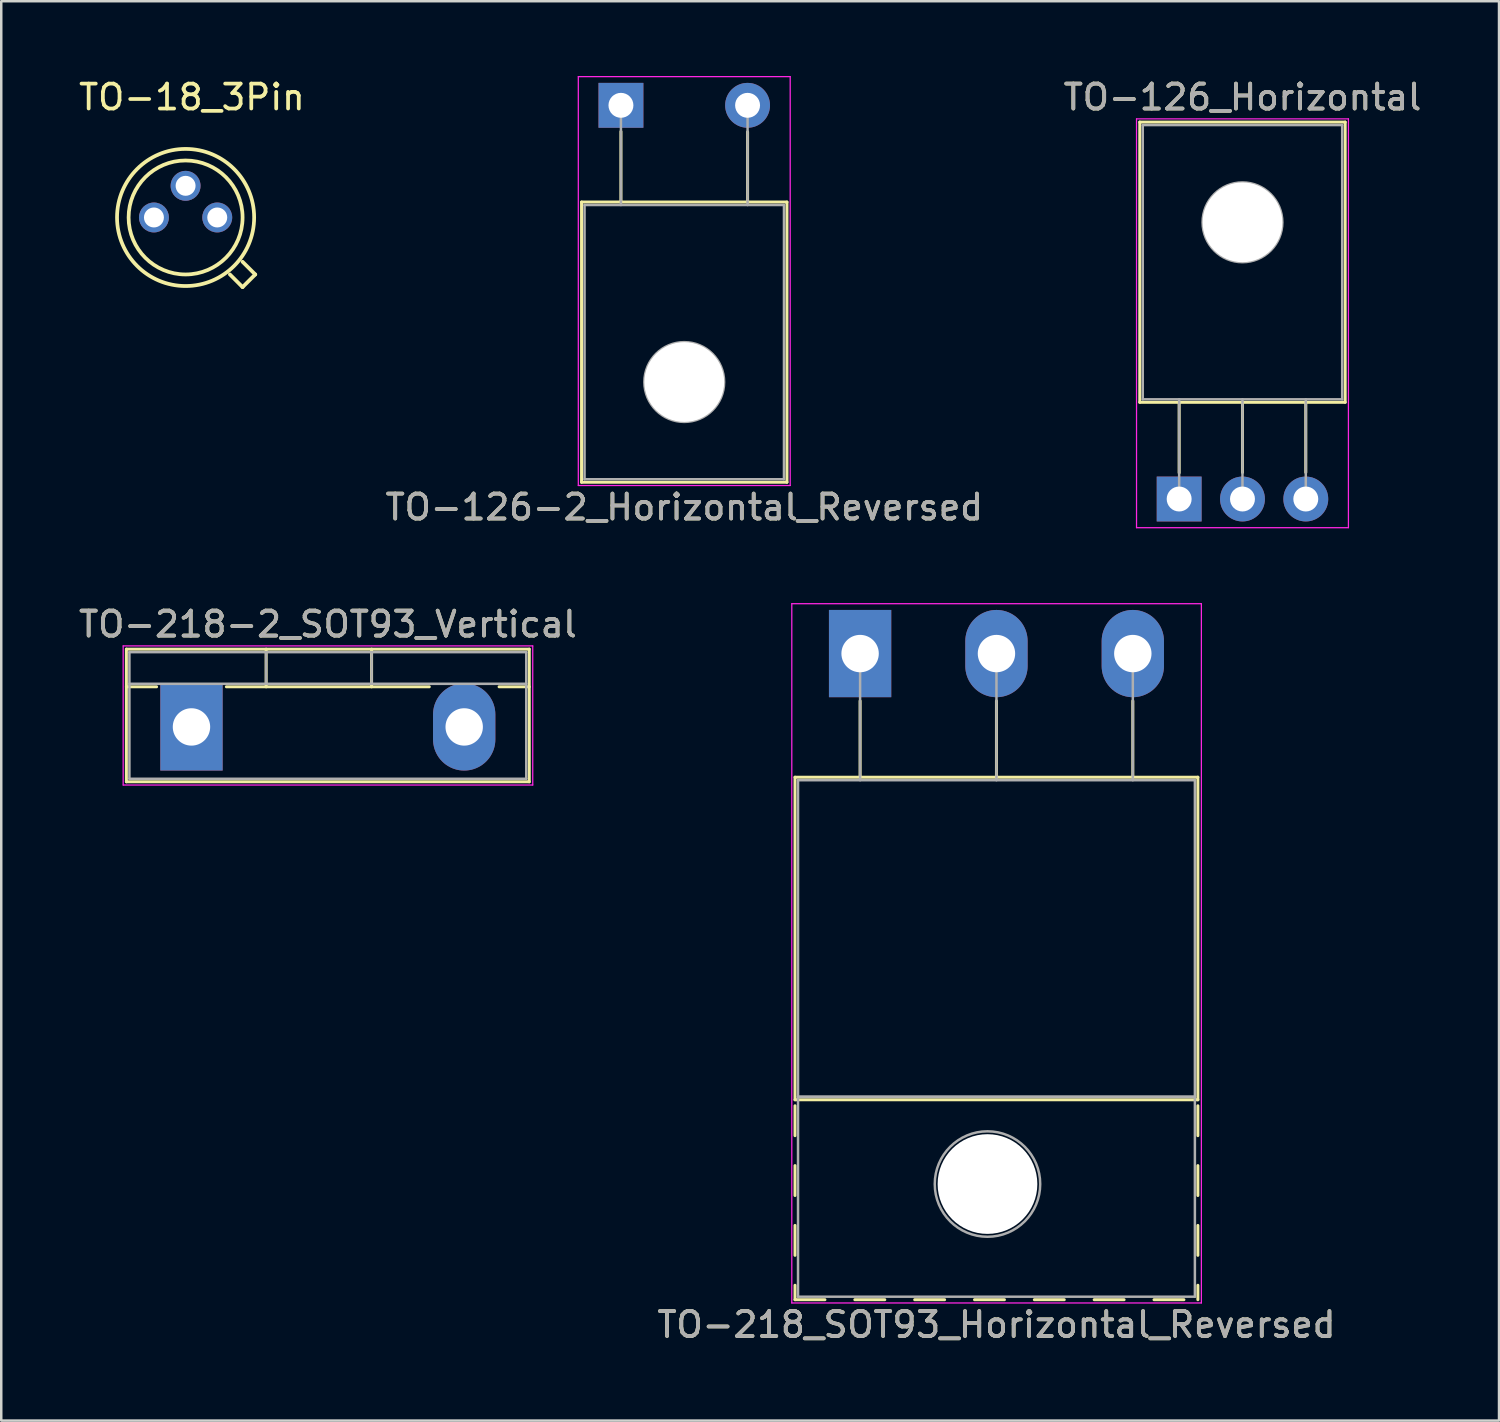
<source format=kicad_pcb>
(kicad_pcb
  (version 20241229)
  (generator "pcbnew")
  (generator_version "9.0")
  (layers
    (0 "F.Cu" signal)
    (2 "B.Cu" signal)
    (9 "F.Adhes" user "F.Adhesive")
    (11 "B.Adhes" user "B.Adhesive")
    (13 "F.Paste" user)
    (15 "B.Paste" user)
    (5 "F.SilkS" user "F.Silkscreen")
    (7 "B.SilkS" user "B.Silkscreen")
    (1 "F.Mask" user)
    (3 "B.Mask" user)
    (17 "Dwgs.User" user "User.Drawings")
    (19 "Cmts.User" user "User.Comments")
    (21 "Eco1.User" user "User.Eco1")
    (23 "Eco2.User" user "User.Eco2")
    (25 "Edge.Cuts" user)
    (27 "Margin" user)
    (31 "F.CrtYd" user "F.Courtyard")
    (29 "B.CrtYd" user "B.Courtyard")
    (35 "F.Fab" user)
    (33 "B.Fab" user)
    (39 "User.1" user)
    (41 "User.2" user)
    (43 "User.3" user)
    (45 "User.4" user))
  (footprint "TO-126-2_Horizontal_Reversed"
    (layer "F.Cu")
    (at 21.859 1.175)
    (property "Reference" "TO-126-2_Horizontal_Reversed" (at 2.54 16.12 0) (layer "F.SilkS") (effects (font (size 1 1) (thickness 0.15))))
    (attr through_hole)
    (fp_line (start -1.58 3.88) (end -1.58 15.12) (stroke (width 0.12) (type solid)) (layer "F.SilkS"))
    (fp_line (start -1.58 3.88) (end 6.66 3.88) (stroke (width 0.12) (type solid)) (layer "F.SilkS"))
    (fp_line (start -1.58 15.12) (end 6.66 15.12) (stroke (width 0.12) (type solid)) (layer "F.SilkS"))
    (fp_line (start 0 1.05) (end 0 3.88) (stroke (width 0.12) (type solid)) (layer "F.SilkS"))
    (fp_line (start 5.08 1.066) (end 5.08 3.88) (stroke (width 0.12) (type solid)) (layer "F.SilkS"))
    (fp_line (start 6.66 3.88) (end 6.66 15.12) (stroke (width 0.12) (type solid)) (layer "F.SilkS"))
    (fp_line (start -1.71 -1.15) (end -1.71 15.25) (stroke (width 0.05) (type solid)) (layer "F.CrtYd"))
    (fp_line (start -1.71 15.25) (end 6.79 15.25) (stroke (width 0.05) (type solid)) (layer "F.CrtYd"))
    (fp_line (start 6.79 -1.15) (end -1.71 -1.15) (stroke (width 0.05) (type solid)) (layer "F.CrtYd"))
    (fp_line (start 6.79 15.25) (end 6.79 -1.15) (stroke (width 0.05) (type solid)) (layer "F.CrtYd"))
    (fp_line (start -1.46 4) (end -1.46 15) (stroke (width 0.1) (type solid)) (layer "F.Fab"))
    (fp_line (start -1.46 15) (end 6.54 15) (stroke (width 0.1) (type solid)) (layer "F.Fab"))
    (fp_line (start 0 4) (end 0 0) (stroke (width 0.1) (type solid)) (layer "F.Fab"))
    (fp_line (start 5.08 4) (end 5.08 0) (stroke (width 0.1) (type solid)) (layer "F.Fab"))
    (fp_line (start 6.54 4) (end -1.46 4) (stroke (width 0.1) (type solid)) (layer "F.Fab"))
    (fp_line (start 6.54 15) (end 6.54 4) (stroke (width 0.1) (type solid)) (layer "F.Fab"))
    (fp_circle (center 2.54 11.1) (end 4.14 11.1) (stroke (width 0.1) (type solid)) (fill no) (layer "F.Fab"))
    (fp_text user "${REFERENCE}" (at 2.54 16.12 0) (layer "F.Fab") (effects (font (size 1 1) (thickness 0.15))))
    (pad "" np_thru_hole oval (at 2.54 11.1) (size 3.2 3.2) (drill 3.2) (layers "*.Cu" "*.Mask"))
    (pad "1" thru_hole rect (at 0 0) (size 1.8 1.8) (drill 1) (layers "*.Cu" "*.Mask"))
    (pad "2" thru_hole oval (at 5.08 0) (size 1.8 1.8) (drill 1) (layers "*.Cu" "*.Mask")))
  (footprint "TO-218-2_SOT93_Vertical"
    (layer "F.Cu")
    (at 4.631 26.111)
    (property "Reference" "TO-218-2_SOT93_Vertical" (at 5.47 -4.12 0) (layer "F.SilkS") (effects (font (size 1 1) (thickness 0.15))))
    (attr through_hole)
    (fp_line (start -2.611 -3.12) (end -2.611 2.2) (stroke (width 0.12) (type solid)) (layer "F.SilkS"))
    (fp_line (start -2.611 -3.12) (end 13.55 -3.12) (stroke (width 0.12) (type solid)) (layer "F.SilkS"))
    (fp_line (start -2.611 -1.61) (end -1.4 -1.61) (stroke (width 0.12) (type solid)) (layer "F.SilkS"))
    (fp_line (start -2.611 2.2) (end 13.55 2.2) (stroke (width 0.12) (type solid)) (layer "F.SilkS"))
    (fp_line (start 1.4 -1.61) (end 9.54 -1.61) (stroke (width 0.12) (type solid)) (layer "F.SilkS"))
    (fp_line (start 2.995 -3.12) (end 2.995 -1.61) (stroke (width 0.12) (type solid)) (layer "F.SilkS"))
    (fp_line (start 7.225 -3.12) (end 7.225 -1.61) (stroke (width 0.12) (type solid)) (layer "F.SilkS"))
    (fp_line (start 12.34 -1.61) (end 13.55 -1.61) (stroke (width 0.12) (type solid)) (layer "F.SilkS"))
    (fp_line (start 13.55 -3.12) (end 13.55 2.2) (stroke (width 0.12) (type solid)) (layer "F.SilkS"))
    (fp_line (start -2.74 -3.25) (end -2.74 2.33) (stroke (width 0.05) (type solid)) (layer "F.CrtYd"))
    (fp_line (start -2.74 2.33) (end 13.69 2.33) (stroke (width 0.05) (type solid)) (layer "F.CrtYd"))
    (fp_line (start 13.69 -3.25) (end -2.74 -3.25) (stroke (width 0.05) (type solid)) (layer "F.CrtYd"))
    (fp_line (start 13.69 2.33) (end 13.69 -3.25) (stroke (width 0.05) (type solid)) (layer "F.CrtYd"))
    (fp_line (start -2.49 -3) (end -2.49 2.08) (stroke (width 0.1) (type solid)) (layer "F.Fab"))
    (fp_line (start -2.49 -1.73) (end 13.43 -1.73) (stroke (width 0.1) (type solid)) (layer "F.Fab"))
    (fp_line (start -2.49 2.08) (end 13.43 2.08) (stroke (width 0.1) (type solid)) (layer "F.Fab"))
    (fp_line (start 2.995 -3) (end 2.995 -1.73) (stroke (width 0.1) (type solid)) (layer "F.Fab"))
    (fp_line (start 7.225 -3) (end 7.225 -1.73) (stroke (width 0.1) (type solid)) (layer "F.Fab"))
    (fp_line (start 13.43 -3) (end -2.49 -3) (stroke (width 0.1) (type solid)) (layer "F.Fab"))
    (fp_line (start 13.43 2.08) (end 13.43 -3) (stroke (width 0.1) (type solid)) (layer "F.Fab"))
    (fp_text user "${REFERENCE}" (at 5.47 -4.12 0) (layer "F.Fab") (effects (font (size 1 1) (thickness 0.15))))
    (pad "1" thru_hole rect (at 0 0) (size 2.5 3.5) (drill 1.5) (layers "*.Cu" "*.Mask"))
    (pad "2" thru_hole oval (at 10.94 0) (size 2.5 3.5) (drill 1.5) (layers "*.Cu" "*.Mask")))
  (footprint "TO-126_Horizontal"
    (layer "F.Cu")
    (at 44.252 16.968)
    (property "Reference" "TO-126_Horizontal" (at 2.54 -16.12 0) (layer "F.SilkS") (effects (font (size 1 1) (thickness 0.15))))
    (attr through_hole)
    (fp_line (start -1.58 -15.12) (end -1.58 -3.88) (stroke (width 0.12) (type solid)) (layer "F.SilkS"))
    (fp_line (start -1.58 -15.12) (end 6.66 -15.12) (stroke (width 0.12) (type solid)) (layer "F.SilkS"))
    (fp_line (start -1.58 -3.88) (end 6.66 -3.88) (stroke (width 0.12) (type solid)) (layer "F.SilkS"))
    (fp_line (start 0 -3.88) (end 0 -1.05) (stroke (width 0.12) (type solid)) (layer "F.SilkS"))
    (fp_line (start 2.54 -3.88) (end 2.54 -1.066) (stroke (width 0.12) (type solid)) (layer "F.SilkS"))
    (fp_line (start 5.08 -3.88) (end 5.08 -1.066) (stroke (width 0.12) (type solid)) (layer "F.SilkS"))
    (fp_line (start 6.66 -15.12) (end 6.66 -3.88) (stroke (width 0.12) (type solid)) (layer "F.SilkS"))
    (fp_line (start -1.71 -15.25) (end -1.71 1.15) (stroke (width 0.05) (type solid)) (layer "F.CrtYd"))
    (fp_line (start -1.71 1.15) (end 6.79 1.15) (stroke (width 0.05) (type solid)) (layer "F.CrtYd"))
    (fp_line (start 6.79 -15.25) (end -1.71 -15.25) (stroke (width 0.05) (type solid)) (layer "F.CrtYd"))
    (fp_line (start 6.79 1.15) (end 6.79 -15.25) (stroke (width 0.05) (type solid)) (layer "F.CrtYd"))
    (fp_line (start -1.46 -15) (end 6.54 -15) (stroke (width 0.1) (type solid)) (layer "F.Fab"))
    (fp_line (start -1.46 -4) (end -1.46 -15) (stroke (width 0.1) (type solid)) (layer "F.Fab"))
    (fp_line (start 0 -4) (end 0 0) (stroke (width 0.1) (type solid)) (layer "F.Fab"))
    (fp_line (start 2.54 -4) (end 2.54 0) (stroke (width 0.1) (type solid)) (layer "F.Fab"))
    (fp_line (start 5.08 -4) (end 5.08 0) (stroke (width 0.1) (type solid)) (layer "F.Fab"))
    (fp_line (start 6.54 -15) (end 6.54 -4) (stroke (width 0.1) (type solid)) (layer "F.Fab"))
    (fp_line (start 6.54 -4) (end -1.46 -4) (stroke (width 0.1) (type solid)) (layer "F.Fab"))
    (fp_circle (center 2.54 -11.1) (end 4.14 -11.1) (stroke (width 0.1) (type solid)) (fill no) (layer "F.Fab"))
    (fp_text user "${REFERENCE}" (at 2.54 -16.12 0) (layer "F.Fab") (effects (font (size 1 1) (thickness 0.15))))
    (pad "" np_thru_hole oval (at 2.54 -11.1) (size 3.2 3.2) (drill 3.2) (layers "*.Cu" "*.Mask"))
    (pad "1" thru_hole rect (at 0 0) (size 1.8 1.8) (drill 1) (layers "*.Cu" "*.Mask"))
    (pad "2" thru_hole oval (at 2.54 0) (size 1.8 1.8) (drill 1) (layers "*.Cu" "*.Mask"))
    (pad "3" thru_hole oval (at 5.08 0) (size 1.8 1.8) (drill 1) (layers "*.Cu" "*.Mask")))
  (footprint "TO-218_SOT93_Horizontal_Reversed"
    (layer "F.Cu")
    (at 31.453 23.168)
    (property "Reference" "TO-218_SOT93_Horizontal_Reversed" (at 5.47 26.92 0) (layer "F.SilkS") (effects (font (size 1 1) (thickness 0.15))))
    (attr through_hole)
    (fp_line (start -2.611 4.96) (end -2.611 17.9) (stroke (width 0.12) (type solid)) (layer "F.SilkS"))
    (fp_line (start -2.611 4.96) (end 13.55 4.96) (stroke (width 0.12) (type solid)) (layer "F.SilkS"))
    (fp_line (start -2.611 17.9) (end 13.55 17.9) (stroke (width 0.12) (type solid)) (layer "F.SilkS"))
    (fp_line (start -2.611 18.14) (end -2.611 19.34) (stroke (width 0.12) (type solid)) (layer "F.SilkS"))
    (fp_line (start -2.611 20.54) (end -2.611 21.74) (stroke (width 0.12) (type solid)) (layer "F.SilkS"))
    (fp_line (start -2.611 22.94) (end -2.611 24.14) (stroke (width 0.12) (type solid)) (layer "F.SilkS"))
    (fp_line (start -2.611 25.34) (end -2.611 25.92) (stroke (width 0.12) (type solid)) (layer "F.SilkS"))
    (fp_line (start -2.611 25.92) (end -1.411 25.92) (stroke (width 0.12) (type solid)) (layer "F.SilkS"))
    (fp_line (start -0.211 25.92) (end 0.99 25.92) (stroke (width 0.12) (type solid)) (layer "F.SilkS"))
    (fp_line (start 0 1.9) (end 0 4.96) (stroke (width 0.12) (type solid)) (layer "F.SilkS"))
    (fp_line (start 2.19 25.92) (end 3.39 25.92) (stroke (width 0.12) (type solid)) (layer "F.SilkS"))
    (fp_line (start 4.59 25.92) (end 5.79 25.92) (stroke (width 0.12) (type solid)) (layer "F.SilkS"))
    (fp_line (start 5.47 1.9) (end 5.47 4.96) (stroke (width 0.12) (type solid)) (layer "F.SilkS"))
    (fp_line (start 6.99 25.92) (end 8.19 25.92) (stroke (width 0.12) (type solid)) (layer "F.SilkS"))
    (fp_line (start 9.39 25.92) (end 10.59 25.92) (stroke (width 0.12) (type solid)) (layer "F.SilkS"))
    (fp_line (start 10.94 1.9) (end 10.94 4.96) (stroke (width 0.12) (type solid)) (layer "F.SilkS"))
    (fp_line (start 11.79 25.92) (end 12.99 25.92) (stroke (width 0.12) (type solid)) (layer "F.SilkS"))
    (fp_line (start 13.55 4.96) (end 13.55 17.9) (stroke (width 0.12) (type solid)) (layer "F.SilkS"))
    (fp_line (start 13.55 18.14) (end 13.55 19.34) (stroke (width 0.12) (type solid)) (layer "F.SilkS"))
    (fp_line (start 13.55 20.54) (end 13.55 21.74) (stroke (width 0.12) (type solid)) (layer "F.SilkS"))
    (fp_line (start 13.55 22.94) (end 13.55 24.14) (stroke (width 0.12) (type solid)) (layer "F.SilkS"))
    (fp_line (start 13.55 25.34) (end 13.55 25.92) (stroke (width 0.12) (type solid)) (layer "F.SilkS"))
    (fp_line (start -2.74 -2) (end -2.74 26.05) (stroke (width 0.05) (type solid)) (layer "F.CrtYd"))
    (fp_line (start -2.74 26.05) (end 13.69 26.05) (stroke (width 0.05) (type solid)) (layer "F.CrtYd"))
    (fp_line (start 13.69 -2) (end -2.74 -2) (stroke (width 0.05) (type solid)) (layer "F.CrtYd"))
    (fp_line (start 13.69 26.05) (end 13.69 -2) (stroke (width 0.05) (type solid)) (layer "F.CrtYd"))
    (fp_line (start -2.49 5.08) (end -2.49 17.78) (stroke (width 0.1) (type solid)) (layer "F.Fab"))
    (fp_line (start -2.49 17.78) (end -2.49 25.8) (stroke (width 0.1) (type solid)) (layer "F.Fab"))
    (fp_line (start -2.49 17.78) (end 13.43 17.78) (stroke (width 0.1) (type solid)) (layer "F.Fab"))
    (fp_line (start -2.49 25.8) (end 13.43 25.8) (stroke (width 0.1) (type solid)) (layer "F.Fab"))
    (fp_line (start 0 5.08) (end 0 0) (stroke (width 0.1) (type solid)) (layer "F.Fab"))
    (fp_line (start 5.47 5.08) (end 5.47 0) (stroke (width 0.1) (type solid)) (layer "F.Fab"))
    (fp_line (start 10.94 5.08) (end 10.94 0) (stroke (width 0.1) (type solid)) (layer "F.Fab"))
    (fp_line (start 13.43 5.08) (end -2.49 5.08) (stroke (width 0.1) (type solid)) (layer "F.Fab"))
    (fp_line (start 13.43 17.78) (end -2.49 17.78) (stroke (width 0.1) (type solid)) (layer "F.Fab"))
    (fp_line (start 13.43 17.78) (end 13.43 5.08) (stroke (width 0.1) (type solid)) (layer "F.Fab"))
    (fp_line (start 13.43 25.8) (end 13.43 17.78) (stroke (width 0.1) (type solid)) (layer "F.Fab"))
    (fp_circle (center 5.11 21.28) (end 7.225 21.28) (stroke (width 0.1) (type solid)) (fill no) (layer "F.Fab"))
    (fp_text user "${REFERENCE}" (at 5.47 26.92 0) (layer "F.Fab") (effects (font (size 1 1) (thickness 0.15))))
    (pad "" np_thru_hole oval (at 5.11 21.28) (size 4 4) (drill 4) (layers "*.Cu" "*.Mask"))
    (pad "1" thru_hole rect (at 0 0) (size 2.5 3.5) (drill 1.5) (layers "*.Cu" "*.Mask"))
    (pad "2" thru_hole oval (at 5.47 0) (size 2.5 3.5) (drill 1.5) (layers "*.Cu" "*.Mask"))
    (pad "3" thru_hole oval (at 10.94 0) (size 2.5 3.5) (drill 1.5) (layers "*.Cu" "*.Mask")))
  (footprint "TO-18_3Pin"
    (layer "F.Cu")
    (at 4.395 5.674)
    (property "Reference" "TO-18_3Pin" (at 0.254 -4.826 0) (layer "F.SilkS") (effects (font (size 1 1) (thickness 0.15))))
    (attr through_hole)
    (fp_line (start 1.778 2.286) (end 2.286 2.794) (stroke (width 0.15) (type solid)) (layer "F.SilkS"))
    (fp_line (start 2.286 2.794) (end 2.794 2.286) (stroke (width 0.15) (type solid)) (layer "F.SilkS"))
    (fp_line (start 2.794 2.286) (end 2.286 1.778) (stroke (width 0.15) (type solid)) (layer "F.SilkS"))
    (fp_circle (center 0 0) (end 2.286 0) (stroke (width 0.15) (type solid)) (fill no) (layer "F.SilkS"))
    (fp_circle (center 0 0) (end 2.75 0) (stroke (width 0.15) (type solid)) (fill no) (layer "F.SilkS"))
    (pad "1" thru_hole circle (at 1.27 0) (size 1.2 1.2) (drill 0.8) (layers "*.Cu" "*.Mask"))
    (pad "2" thru_hole circle (at 0 -1.27) (size 1.2 1.2) (drill 0.8) (layers "*.Cu" "*.Mask"))
    (pad "3" thru_hole circle (at -1.27 0) (size 1.2 1.2) (drill 0.8) (layers "*.Cu" "*.Mask")))
  (gr_rect
    (start -3 -3)
    (end 57.083 53.937)
    (stroke (width 0.1) (type default))
    (fill no)
    (layer "Edge.Cuts")))
</source>
